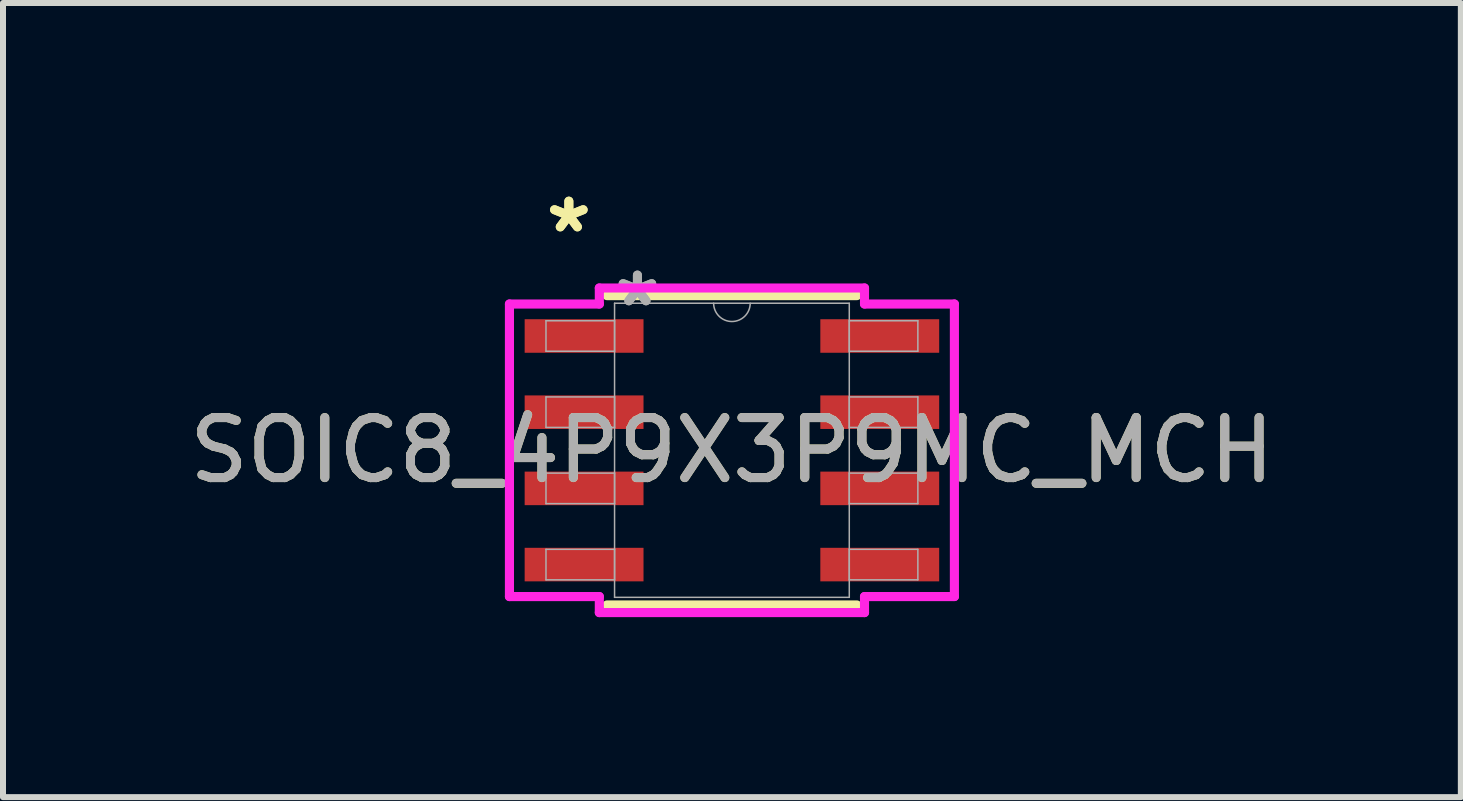
<source format=kicad_pcb>
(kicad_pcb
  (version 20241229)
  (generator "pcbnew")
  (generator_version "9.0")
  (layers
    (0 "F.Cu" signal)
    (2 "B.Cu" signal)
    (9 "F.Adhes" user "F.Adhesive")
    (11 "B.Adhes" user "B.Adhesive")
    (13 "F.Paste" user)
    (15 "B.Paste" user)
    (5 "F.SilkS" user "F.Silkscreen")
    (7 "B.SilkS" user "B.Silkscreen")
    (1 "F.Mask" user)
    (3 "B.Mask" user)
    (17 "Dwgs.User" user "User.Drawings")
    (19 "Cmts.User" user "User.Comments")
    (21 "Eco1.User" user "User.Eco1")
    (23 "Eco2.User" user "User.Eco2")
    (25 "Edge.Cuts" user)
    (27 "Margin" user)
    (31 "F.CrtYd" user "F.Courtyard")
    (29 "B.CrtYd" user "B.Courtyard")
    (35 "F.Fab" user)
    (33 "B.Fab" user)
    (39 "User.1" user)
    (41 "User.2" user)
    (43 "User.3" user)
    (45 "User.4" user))
  (footprint "SOIC8_4P9X3P9MC_MCH"
    (layer "F.Cu")
    (at 9.149 4.455)
    (property "Reference" "SOIC8_4P9X3P9MC_MCH" (at 0 0 0) (unlocked yes) (layer "F.SilkS") (effects (font (size 1 1) (thickness 0.15))))
    (attr smd)
    (fp_line (start -2.083 2.578) (end 2.083 2.578) (stroke (width 0.152) (type solid)) (layer "F.SilkS"))
    (fp_line (start 2.083 -2.578) (end -2.083 -2.578) (stroke (width 0.152) (type solid)) (layer "F.SilkS"))
    (fp_line (start -3.708 -2.438) (end -2.21 -2.438) (stroke (width 0.152) (type solid)) (layer "F.CrtYd"))
    (fp_line (start -3.708 2.438) (end -3.708 -2.438) (stroke (width 0.152) (type solid)) (layer "F.CrtYd"))
    (fp_line (start -3.708 2.438) (end -2.21 2.438) (stroke (width 0.152) (type solid)) (layer "F.CrtYd"))
    (fp_line (start -2.21 -2.705) (end 2.21 -2.705) (stroke (width 0.152) (type solid)) (layer "F.CrtYd"))
    (fp_line (start -2.21 -2.438) (end -2.21 -2.705) (stroke (width 0.152) (type solid)) (layer "F.CrtYd"))
    (fp_line (start -2.21 2.705) (end -2.21 2.438) (stroke (width 0.152) (type solid)) (layer "F.CrtYd"))
    (fp_line (start 2.21 -2.705) (end 2.21 -2.438) (stroke (width 0.152) (type solid)) (layer "F.CrtYd"))
    (fp_line (start 2.21 2.438) (end 2.21 2.705) (stroke (width 0.152) (type solid)) (layer "F.CrtYd"))
    (fp_line (start 2.21 2.705) (end -2.21 2.705) (stroke (width 0.152) (type solid)) (layer "F.CrtYd"))
    (fp_line (start 3.708 -2.438) (end 2.21 -2.438) (stroke (width 0.152) (type solid)) (layer "F.CrtYd"))
    (fp_line (start 3.708 -2.438) (end 3.708 2.438) (stroke (width 0.152) (type solid)) (layer "F.CrtYd"))
    (fp_line (start 3.708 2.438) (end 2.21 2.438) (stroke (width 0.152) (type solid)) (layer "F.CrtYd"))
    (fp_line (start -3.099 -2.159) (end -3.099 -1.651) (stroke (width 0.025) (type solid)) (layer "F.Fab"))
    (fp_line (start -3.099 -1.651) (end -1.956 -1.651) (stroke (width 0.025) (type solid)) (layer "F.Fab"))
    (fp_line (start -3.099 -0.889) (end -3.099 -0.381) (stroke (width 0.025) (type solid)) (layer "F.Fab"))
    (fp_line (start -3.099 -0.381) (end -1.956 -0.381) (stroke (width 0.025) (type solid)) (layer "F.Fab"))
    (fp_line (start -3.099 0.381) (end -3.099 0.889) (stroke (width 0.025) (type solid)) (layer "F.Fab"))
    (fp_line (start -3.099 0.889) (end -1.956 0.889) (stroke (width 0.025) (type solid)) (layer "F.Fab"))
    (fp_line (start -3.099 1.651) (end -3.099 2.159) (stroke (width 0.025) (type solid)) (layer "F.Fab"))
    (fp_line (start -3.099 2.159) (end -1.956 2.159) (stroke (width 0.025) (type solid)) (layer "F.Fab"))
    (fp_line (start -1.956 -2.451) (end -1.956 2.451) (stroke (width 0.025) (type solid)) (layer "F.Fab"))
    (fp_line (start -1.956 -2.159) (end -3.099 -2.159) (stroke (width 0.025) (type solid)) (layer "F.Fab"))
    (fp_line (start -1.956 -1.651) (end -1.956 -2.159) (stroke (width 0.025) (type solid)) (layer "F.Fab"))
    (fp_line (start -1.956 -0.889) (end -3.099 -0.889) (stroke (width 0.025) (type solid)) (layer "F.Fab"))
    (fp_line (start -1.956 -0.381) (end -1.956 -0.889) (stroke (width 0.025) (type solid)) (layer "F.Fab"))
    (fp_line (start -1.956 0.381) (end -3.099 0.381) (stroke (width 0.025) (type solid)) (layer "F.Fab"))
    (fp_line (start -1.956 0.889) (end -1.956 0.381) (stroke (width 0.025) (type solid)) (layer "F.Fab"))
    (fp_line (start -1.956 1.651) (end -3.099 1.651) (stroke (width 0.025) (type solid)) (layer "F.Fab"))
    (fp_line (start -1.956 2.159) (end -1.956 1.651) (stroke (width 0.025) (type solid)) (layer "F.Fab"))
    (fp_line (start -1.956 2.451) (end 1.956 2.451) (stroke (width 0.025) (type solid)) (layer "F.Fab"))
    (fp_line (start 1.956 -2.451) (end -1.956 -2.451) (stroke (width 0.025) (type solid)) (layer "F.Fab"))
    (fp_line (start 1.956 -2.159) (end 1.956 -1.651) (stroke (width 0.025) (type solid)) (layer "F.Fab"))
    (fp_line (start 1.956 -1.651) (end 3.099 -1.651) (stroke (width 0.025) (type solid)) (layer "F.Fab"))
    (fp_line (start 1.956 -0.889) (end 1.956 -0.381) (stroke (width 0.025) (type solid)) (layer "F.Fab"))
    (fp_line (start 1.956 -0.381) (end 3.099 -0.381) (stroke (width 0.025) (type solid)) (layer "F.Fab"))
    (fp_line (start 1.956 0.381) (end 1.956 0.889) (stroke (width 0.025) (type solid)) (layer "F.Fab"))
    (fp_line (start 1.956 0.889) (end 3.099 0.889) (stroke (width 0.025) (type solid)) (layer "F.Fab"))
    (fp_line (start 1.956 1.651) (end 1.956 2.159) (stroke (width 0.025) (type solid)) (layer "F.Fab"))
    (fp_line (start 1.956 2.159) (end 3.099 2.159) (stroke (width 0.025) (type solid)) (layer "F.Fab"))
    (fp_line (start 1.956 2.451) (end 1.956 -2.451) (stroke (width 0.025) (type solid)) (layer "F.Fab"))
    (fp_line (start 3.099 -2.159) (end 1.956 -2.159) (stroke (width 0.025) (type solid)) (layer "F.Fab"))
    (fp_line (start 3.099 -1.651) (end 3.099 -2.159) (stroke (width 0.025) (type solid)) (layer "F.Fab"))
    (fp_line (start 3.099 -0.889) (end 1.956 -0.889) (stroke (width 0.025) (type solid)) (layer "F.Fab"))
    (fp_line (start 3.099 -0.381) (end 3.099 -0.889) (stroke (width 0.025) (type solid)) (layer "F.Fab"))
    (fp_line (start 3.099 0.381) (end 1.956 0.381) (stroke (width 0.025) (type solid)) (layer "F.Fab"))
    (fp_line (start 3.099 0.889) (end 3.099 0.381) (stroke (width 0.025) (type solid)) (layer "F.Fab"))
    (fp_line (start 3.099 1.651) (end 1.956 1.651) (stroke (width 0.025) (type solid)) (layer "F.Fab"))
    (fp_line (start 3.099 2.159) (end 3.099 1.651) (stroke (width 0.025) (type solid)) (layer "F.Fab"))
    (fp_arc (start 0.3048 -2.4511) (mid 0 -2.1463) (end -0.3048 -2.4511) (stroke (width 0.0254) (type solid)) (layer "F.Fab"))
    (fp_text user "*" (at -2.718 -3.607 0) (layer "F.SilkS") (effects (font (size 1 1) (thickness 0.15))))
    (fp_text user "*" (at -2.718 -3.607 0) (unlocked yes) (layer "F.SilkS") (effects (font (size 1 1) (thickness 0.15))))
    (fp_text user "*" (at -1.575 -2.375 0) (layer "F.Fab") (effects (font (size 1 1) (thickness 0.15))))
    (fp_text user "*" (at -1.575 -2.375 0) (unlocked yes) (layer "F.Fab") (effects (font (size 1 1) (thickness 0.15))))
    (fp_text user "${REFERENCE}" (at 0 0 0) (unlocked yes) (layer "F.Fab") (effects (font (size 1 1) (thickness 0.15))))
    (pad "1" smd rect (at -2.464 -1.905) (size 1.981 0.559) (layers "F.Cu" "F.Mask" "F.Paste"))
    (pad "2" smd rect (at -2.464 -0.635) (size 1.981 0.559) (layers "F.Cu" "F.Mask" "F.Paste"))
    (pad "3" smd rect (at -2.464 0.635) (size 1.981 0.559) (layers "F.Cu" "F.Mask" "F.Paste"))
    (pad "4" smd rect (at -2.464 1.905) (size 1.981 0.559) (layers "F.Cu" "F.Mask" "F.Paste"))
    (pad "5" smd rect (at 2.464 1.905) (size 1.981 0.559) (layers "F.Cu" "F.Mask" "F.Paste"))
    (pad "6" smd rect (at 2.464 0.635) (size 1.981 0.559) (layers "F.Cu" "F.Mask" "F.Paste"))
    (pad "7" smd rect (at 2.464 -0.635) (size 1.981 0.559) (layers "F.Cu" "F.Mask" "F.Paste"))
    (pad "8" smd rect (at 2.464 -1.905) (size 1.981 0.559) (layers "F.Cu" "F.Mask" "F.Paste")))
  (gr_rect
    (start -3 -3)
    (end 21.298 10.236)
    (stroke (width 0.1) (type default))
    (fill no)
    (layer "Edge.Cuts")))
</source>
